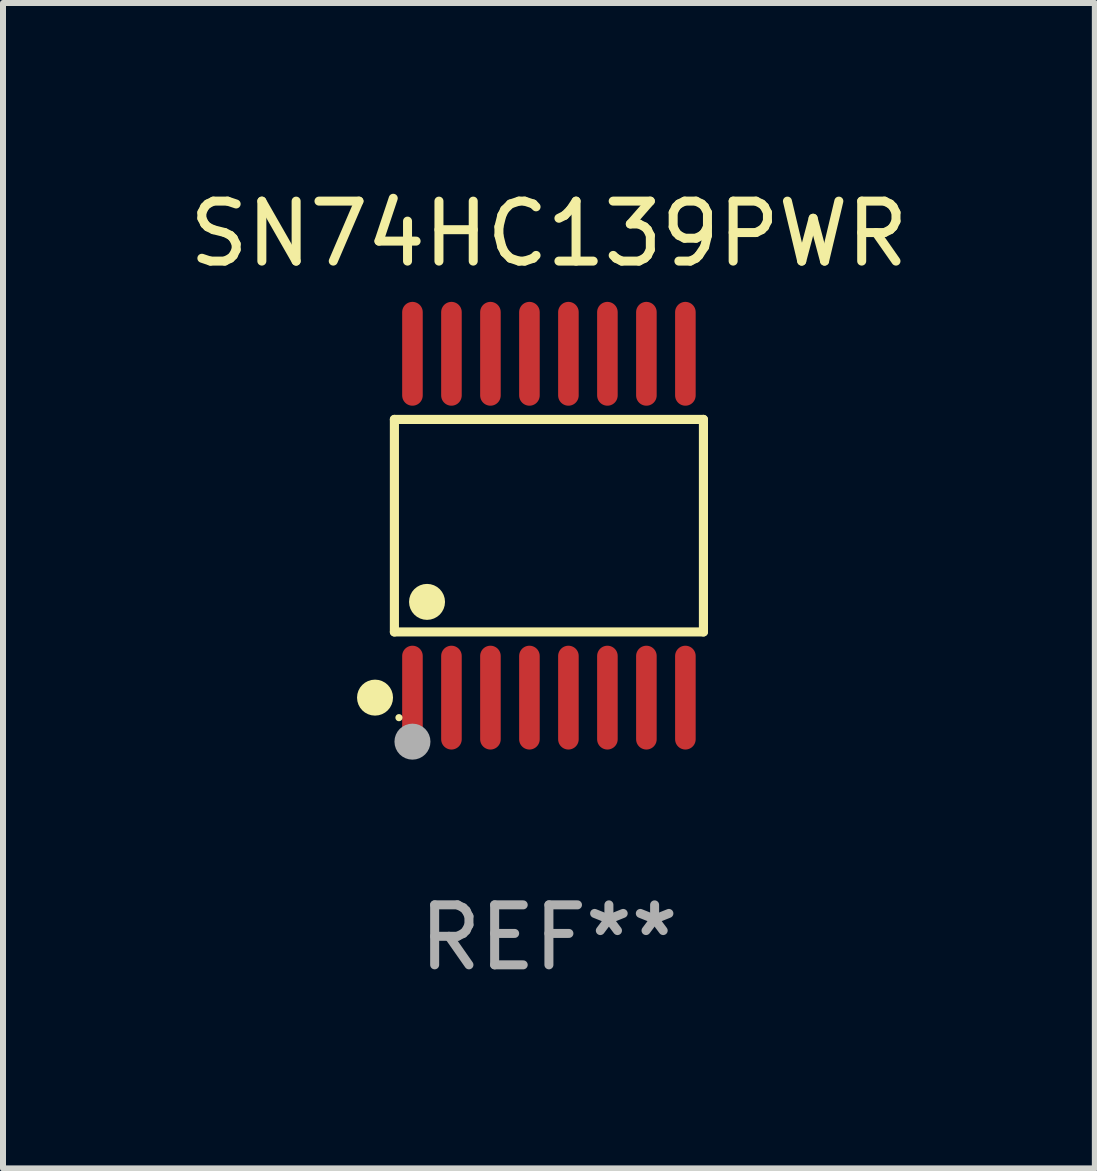
<source format=kicad_pcb>
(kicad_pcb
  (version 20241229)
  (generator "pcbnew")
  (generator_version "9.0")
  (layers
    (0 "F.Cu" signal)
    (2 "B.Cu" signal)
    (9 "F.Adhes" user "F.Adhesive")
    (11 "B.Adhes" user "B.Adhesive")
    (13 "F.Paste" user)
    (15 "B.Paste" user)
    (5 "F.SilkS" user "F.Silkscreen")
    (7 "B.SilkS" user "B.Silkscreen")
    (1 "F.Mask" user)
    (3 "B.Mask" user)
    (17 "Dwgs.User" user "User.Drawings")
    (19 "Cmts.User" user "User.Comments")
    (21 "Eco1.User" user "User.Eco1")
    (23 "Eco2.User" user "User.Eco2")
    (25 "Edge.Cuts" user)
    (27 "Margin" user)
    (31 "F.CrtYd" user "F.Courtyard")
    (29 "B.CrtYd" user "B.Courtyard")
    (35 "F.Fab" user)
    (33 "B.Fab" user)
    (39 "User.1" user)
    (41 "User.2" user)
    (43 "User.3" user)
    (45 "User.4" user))
  (footprint "SN74HC139PWR"
    (layer "F.Cu")
    (at 6.101 5.714)
    (property "Reference" "SN74HC139PWR" (at 0 -4.866 0) (layer "F.SilkS") (effects (font (size 1 1) (thickness 0.15))))
    (attr through_hole)
    (fp_line (start -2.576 -1.772) (end 2.576 -1.772) (stroke (width 0.152) (type solid)) (layer "F.SilkS"))
    (fp_line (start -2.576 1.771) (end -2.576 -1.772) (stroke (width 0.152) (type solid)) (layer "F.SilkS"))
    (fp_line (start 2.576 -1.772) (end 2.576 1.771) (stroke (width 0.152) (type solid)) (layer "F.SilkS"))
    (fp_line (start 2.576 1.771) (end -2.576 1.771) (stroke (width 0.152) (type solid)) (layer "F.SilkS"))
    (fp_circle (center -2.899 2.866) (end -2.749 2.866) (stroke (width 0.3) (type solid)) (fill no) (layer "F.SilkS"))
    (fp_circle (center -2.5 3.2) (end -2.47 3.2) (stroke (width 0.06) (type solid)) (fill no) (layer "F.SilkS"))
    (fp_circle (center -2.032 1.27) (end -1.882 1.27) (stroke (width 0.3) (type solid)) (fill no) (layer "F.SilkS"))
    (fp_circle (center -2.275 3.6) (end -2.125 3.6) (stroke (width 0.3) (type solid)) (fill no) (layer "F.Fab"))
    (fp_text user "REF**" (at 0 6.866 0) (layer "F.Fab") (effects (font (size 1 1) (thickness 0.15))))
    (pad "1" smd oval (at -2.275 2.866) (size 0.343 1.731) (layers "F.Cu" "F.Mask" "F.Paste"))
    (pad "2" smd oval (at -1.625 2.866) (size 0.343 1.731) (layers "F.Cu" "F.Mask" "F.Paste"))
    (pad "3" smd oval (at -0.975 2.866) (size 0.343 1.731) (layers "F.Cu" "F.Mask" "F.Paste"))
    (pad "4" smd oval (at -0.325 2.866) (size 0.343 1.731) (layers "F.Cu" "F.Mask" "F.Paste"))
    (pad "5" smd oval (at 0.325 2.866) (size 0.343 1.731) (layers "F.Cu" "F.Mask" "F.Paste"))
    (pad "6" smd oval (at 0.975 2.866) (size 0.343 1.731) (layers "F.Cu" "F.Mask" "F.Paste"))
    (pad "7" smd oval (at 1.625 2.866) (size 0.343 1.731) (layers "F.Cu" "F.Mask" "F.Paste"))
    (pad "8" smd oval (at 2.275 2.866) (size 0.343 1.731) (layers "F.Cu" "F.Mask" "F.Paste"))
    (pad "9" smd oval (at 2.275 -2.866) (size 0.343 1.731) (layers "F.Cu" "F.Mask" "F.Paste"))
    (pad "10" smd oval (at 1.625 -2.866) (size 0.343 1.731) (layers "F.Cu" "F.Mask" "F.Paste"))
    (pad "11" smd oval (at 0.975 -2.866) (size 0.343 1.731) (layers "F.Cu" "F.Mask" "F.Paste"))
    (pad "12" smd oval (at 0.325 -2.866) (size 0.343 1.731) (layers "F.Cu" "F.Mask" "F.Paste"))
    (pad "13" smd oval (at -0.325 -2.866) (size 0.343 1.731) (layers "F.Cu" "F.Mask" "F.Paste"))
    (pad "14" smd oval (at -0.975 -2.866) (size 0.343 1.731) (layers "F.Cu" "F.Mask" "F.Paste"))
    (pad "15" smd oval (at -1.625 -2.866) (size 0.343 1.731) (layers "F.Cu" "F.Mask" "F.Paste"))
    (pad "16" smd oval (at -2.275 -2.866) (size 0.343 1.731) (layers "F.Cu" "F.Mask" "F.Paste")))
  (gr_rect
    (start -3 -3)
    (end 15.202 16.428)
    (stroke (width 0.1) (type default))
    (fill no)
    (layer "Edge.Cuts")))
</source>
